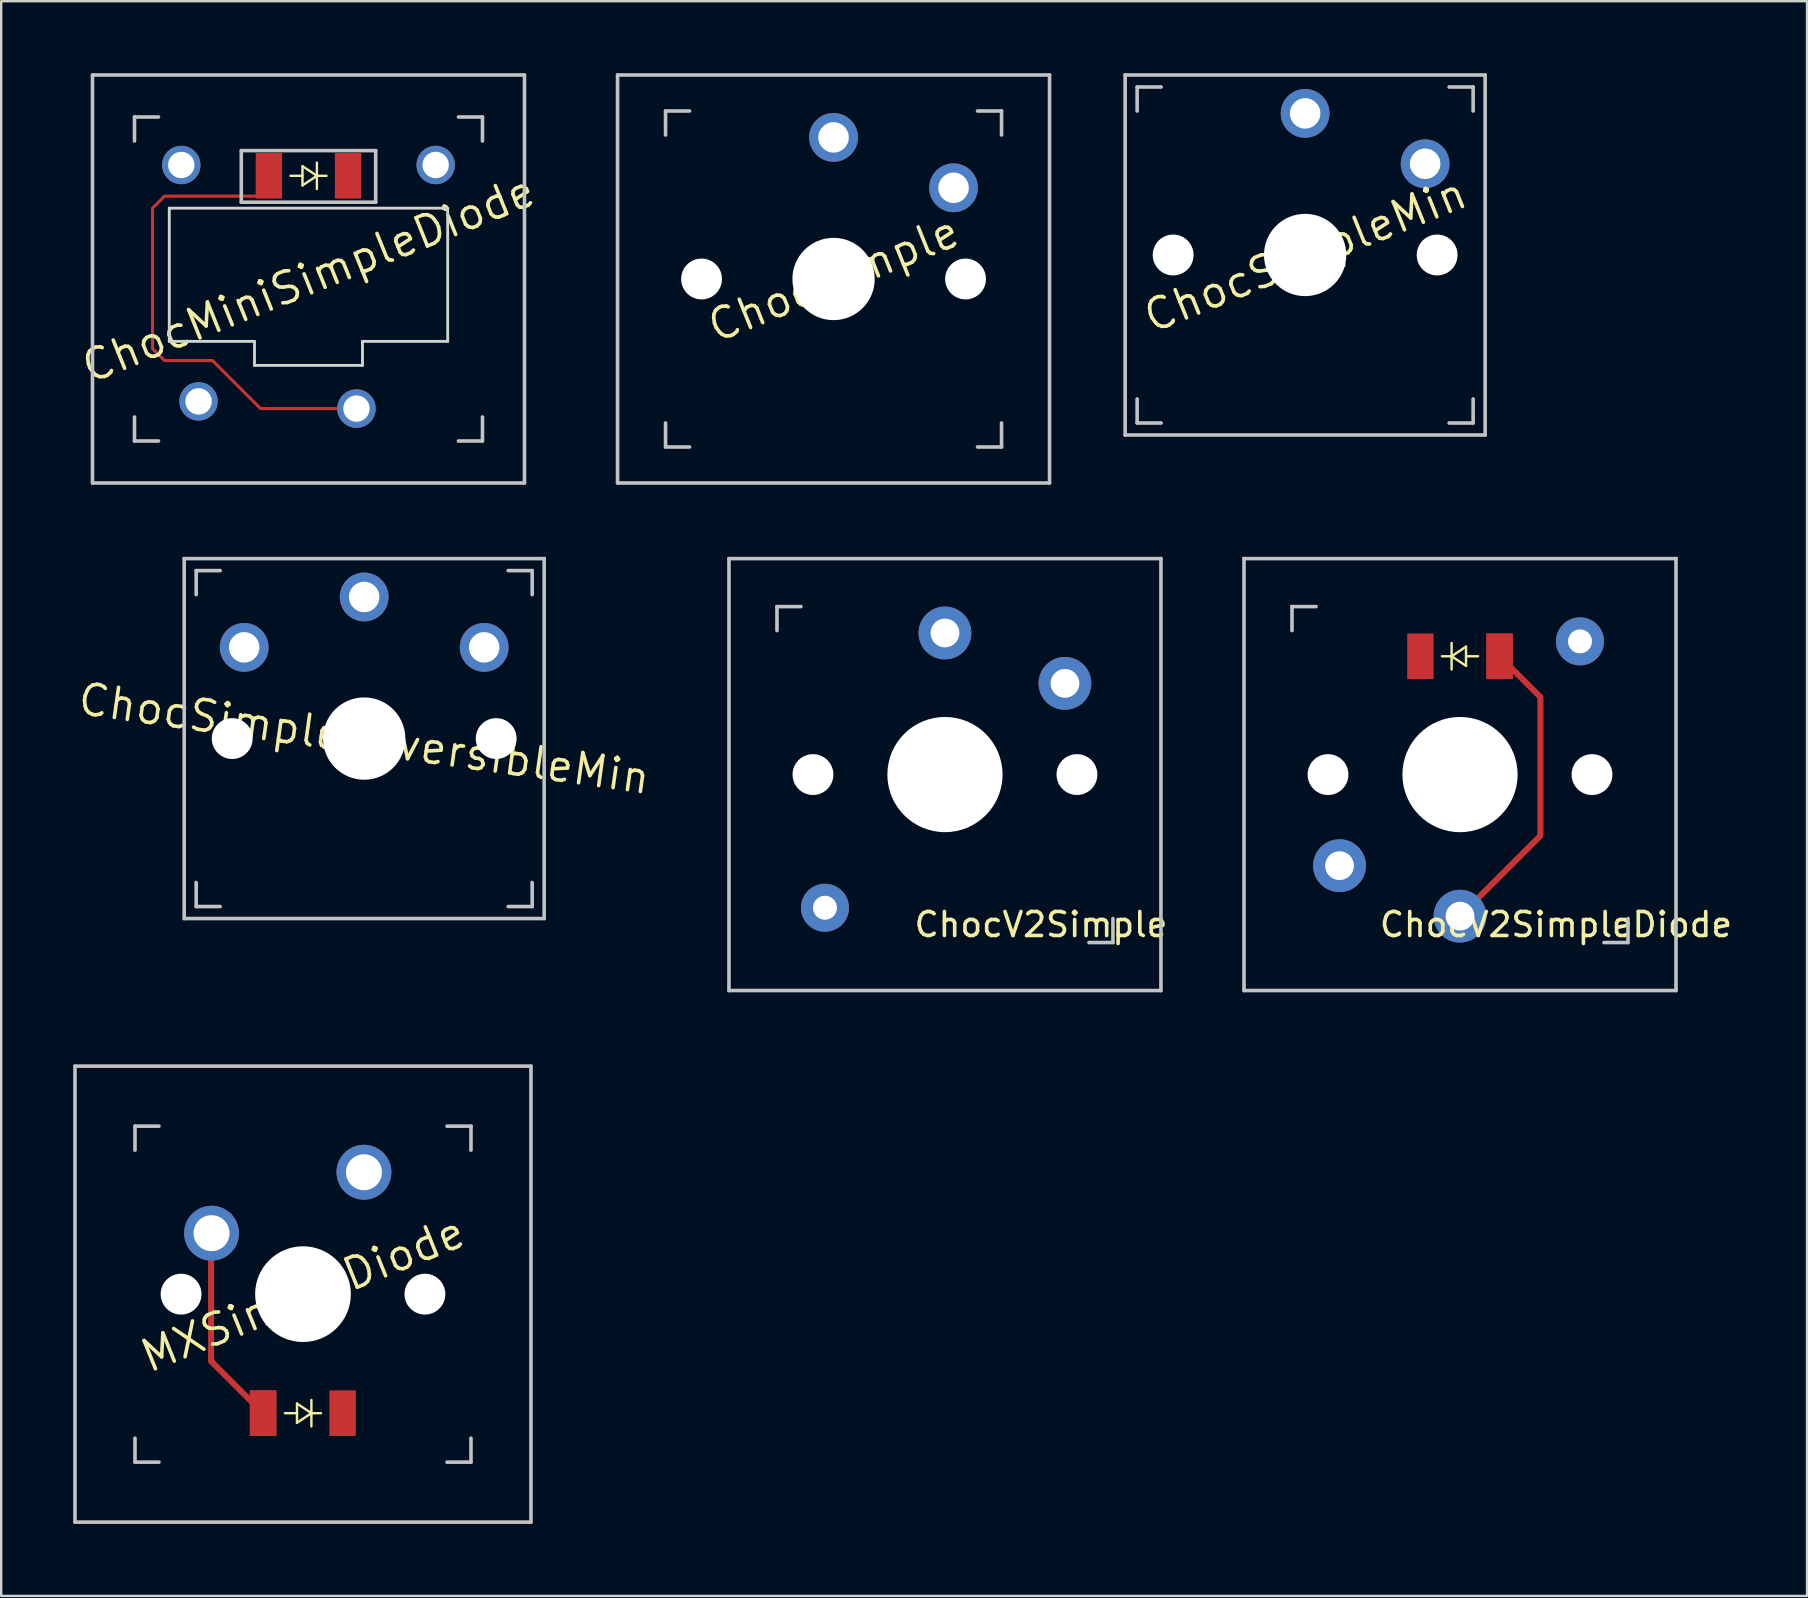
<source format=kicad_pcb>
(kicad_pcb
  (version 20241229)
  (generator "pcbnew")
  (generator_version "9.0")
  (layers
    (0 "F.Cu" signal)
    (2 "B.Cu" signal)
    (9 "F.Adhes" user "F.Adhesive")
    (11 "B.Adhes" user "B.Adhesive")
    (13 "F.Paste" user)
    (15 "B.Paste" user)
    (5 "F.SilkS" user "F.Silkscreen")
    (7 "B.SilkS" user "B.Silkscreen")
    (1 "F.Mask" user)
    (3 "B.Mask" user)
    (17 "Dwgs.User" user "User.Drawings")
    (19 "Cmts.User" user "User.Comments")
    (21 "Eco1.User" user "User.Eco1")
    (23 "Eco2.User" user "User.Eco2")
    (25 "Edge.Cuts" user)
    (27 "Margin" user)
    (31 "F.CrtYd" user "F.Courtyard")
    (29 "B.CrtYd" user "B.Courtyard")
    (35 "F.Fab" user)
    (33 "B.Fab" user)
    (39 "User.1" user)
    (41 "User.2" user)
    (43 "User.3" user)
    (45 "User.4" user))
  (footprint "ChocV2Simple"
    (layer "F.Cu")
    (at 36.325 29.225)
    (property "Reference" "ChocV2Simple" (at 4 6.25 180) (layer "F.SilkS") (effects (font (size 1 1) (thickness 0.15))))
    (attr through_hole)
    (fp_line (start -9 -9) (end 9 -9) (stroke (width 0.15) (type solid)) (layer "Dwgs.User"))
    (fp_line (start -9 9) (end -9 -9) (stroke (width 0.15) (type solid)) (layer "Dwgs.User"))
    (fp_line (start -7 -7) (end -7 -6) (stroke (width 0.15) (type solid)) (layer "Dwgs.User"))
    (fp_line (start -6 -7) (end -7 -7) (stroke (width 0.15) (type solid)) (layer "Dwgs.User"))
    (fp_line (start 7 6) (end 7 7) (stroke (width 0.15) (type solid)) (layer "Dwgs.User"))
    (fp_line (start 7 7) (end 6 7) (stroke (width 0.15) (type solid)) (layer "Dwgs.User"))
    (fp_line (start 9 -9) (end 9 9) (stroke (width 0.15) (type solid)) (layer "Dwgs.User"))
    (fp_line (start 9 9) (end -9 9) (stroke (width 0.15) (type solid)) (layer "Dwgs.User"))
    (pad "" np_thru_hole circle (at -5.5 0.000002 270) (size 1.702 1.702) (drill 1.702) (layers "*.Cu" "*.Mask"))
    (pad "" thru_hole circle (at -5 5.55 180) (size 2 2) (drill 1) (layers "*.Cu" "B.Mask"))
    (pad "" smd rect (at -0.000004 4.93 180) (size 5.5 2.95) (layers "Eco1.User"))
    (pad "" np_thru_hole circle (at 0 0 270) (size 4.8 4.8) (drill 4.8) (layers "*.Cu" "*.Mask"))
    (pad "" np_thru_hole circle (at 5.5 -0.000002 270) (size 1.702 1.702) (drill 1.702) (layers "*.Cu" "*.Mask"))
    (pad "1" thru_hole circle (at -0.000001 -5.9 180) (size 2.2 2.2) (drill 1.2) (layers "*.Cu" "B.Mask"))
    (pad "2" thru_hole circle (at 5 -3.8 180) (size 2.2 2.2) (drill 1.2) (layers "*.Cu" "B.Mask")))
  (footprint "ChocV2SimpleDiode"
    (layer "F.Cu")
    (at 57.786 29.225)
    (property "Reference" "ChocV2SimpleDiode" (at 4 6.25 180) (layer "F.SilkS") (effects (font (size 1 1) (thickness 0.15))))
    (attr through_hole)
    (fp_line (start -0.75 -4.93) (end -0.35 -4.93) (stroke (width 0.1) (type solid)) (layer "F.SilkS"))
    (fp_line (start -0.35 -4.93) (end -0.35 -5.48) (stroke (width 0.1) (type solid)) (layer "F.SilkS"))
    (fp_line (start -0.35 -4.93) (end -0.35 -4.38) (stroke (width 0.1) (type solid)) (layer "F.SilkS"))
    (fp_line (start -0.35 -4.93) (end 0.25 -5.33) (stroke (width 0.1) (type solid)) (layer "F.SilkS"))
    (fp_line (start 0.25 -5.33) (end 0.25 -4.53) (stroke (width 0.1) (type solid)) (layer "F.SilkS"))
    (fp_line (start 0.25 -4.93) (end 0.75 -4.93) (stroke (width 0.1) (type solid)) (layer "F.SilkS"))
    (fp_line (start 0.25 -4.53) (end -0.35 -4.93) (stroke (width 0.1) (type solid)) (layer "F.SilkS"))
    (fp_line (start -9 -9) (end 9 -9) (stroke (width 0.15) (type solid)) (layer "Dwgs.User"))
    (fp_line (start -9 9) (end -9 -9) (stroke (width 0.15) (type solid)) (layer "Dwgs.User"))
    (fp_line (start -7 -7) (end -6 -7) (stroke (width 0.15) (type solid)) (layer "Dwgs.User"))
    (fp_line (start -7 -6) (end -7 -7) (stroke (width 0.15) (type solid)) (layer "Dwgs.User"))
    (fp_line (start 6 7) (end 7 7) (stroke (width 0.15) (type solid)) (layer "Dwgs.User"))
    (fp_line (start 7 7) (end 7 6) (stroke (width 0.15) (type solid)) (layer "Dwgs.User"))
    (fp_line (start 9 -9) (end 9 9) (stroke (width 0.15) (type solid)) (layer "Dwgs.User"))
    (fp_line (start 9 9) (end -9 9) (stroke (width 0.15) (type solid)) (layer "Dwgs.User"))
    (pad "" np_thru_hole circle (at -5.5 0 90) (size 1.702 1.702) (drill 1.702) (layers "*.Cu" "*.Mask"))
    (pad "" np_thru_hole circle (at 0 0 90) (size 4.8 4.8) (drill 4.8) (layers "*.Cu" "*.Mask"))
    (pad "" thru_hole circle (at 0 5.9) (size 2.2 2.2) (drill 1.2) (layers "*.Cu" "B.Mask"))
    (pad "" smd rect (at 1.65 -4.93) (size 1.1 1.9) (layers "F.Cu" "F.Mask" "F.Paste"))
    (pad "" smd custom (at 1.65 -4.93) (size 1.1 1.9) (layers "F.Cu") (options (anchor rect)) (primitives (gr_line (start 0 0) (end 1.7 1.7) (width 0.25)) (gr_line (start 1.7 1.7) (end 1.7 7.48) (width 0.25)) (gr_line (start 1.7 7.48) (end -1.65 10.83) (width 0.25))))
    (pad "" thru_hole circle (at 5 -5.55) (size 2 2) (drill 1) (layers "*.Cu" "B.Mask"))
    (pad "" np_thru_hole circle (at 5.5 0 90) (size 1.702 1.702) (drill 1.702) (layers "*.Cu" "*.Mask"))
    (pad "1" thru_hole circle (at -5.02 3.796) (size 2.2 2.2) (drill 1.2) (layers "*.Cu" "B.Mask"))
    (pad "2" smd rect (at -1.65 -4.93) (size 1.1 1.9) (layers "F.Cu" "F.Mask" "F.Paste")))
  (footprint "ChocSimple"
    (layer "F.Cu")
    (at 31.683 8.575)
    (property "Reference" "ChocSimple" (at 0 0 22) (layer "F.SilkS") (effects (font (size 1.27 1.27) (thickness 0.15))))
    (attr through_hole)
    (fp_line (start -9 -8.5) (end 9 -8.5) (stroke (width 0.15) (type solid)) (layer "Dwgs.User"))
    (fp_line (start -9 8.5) (end -9 -8.5) (stroke (width 0.15) (type solid)) (layer "Dwgs.User"))
    (fp_line (start -7 -6) (end -7 -7) (stroke (width 0.15) (type solid)) (layer "Dwgs.User"))
    (fp_line (start -7 7) (end -7 6) (stroke (width 0.15) (type solid)) (layer "Dwgs.User"))
    (fp_line (start -7 7) (end -6 7) (stroke (width 0.15) (type solid)) (layer "Dwgs.User"))
    (fp_line (start -6 -7) (end -7 -7) (stroke (width 0.15) (type solid)) (layer "Dwgs.User"))
    (fp_line (start 6 7) (end 7 7) (stroke (width 0.15) (type solid)) (layer "Dwgs.User"))
    (fp_line (start 7 -7) (end 6 -7) (stroke (width 0.15) (type solid)) (layer "Dwgs.User"))
    (fp_line (start 7 -7) (end 7 -6) (stroke (width 0.15) (type solid)) (layer "Dwgs.User"))
    (fp_line (start 7 6) (end 7 7) (stroke (width 0.15) (type solid)) (layer "Dwgs.User"))
    (fp_line (start 9 -8.5) (end 9 8.5) (stroke (width 0.15) (type solid)) (layer "Dwgs.User"))
    (fp_line (start 9 8.5) (end -9 8.5) (stroke (width 0.15) (type solid)) (layer "Dwgs.User"))
    (pad "" np_thru_hole circle (at -5.5 0 22) (size 1.702 1.702) (drill 1.702) (layers "*.Cu" "*.Mask"))
    (pad "" np_thru_hole circle (at 0 0 22) (size 3.429 3.429) (drill 3.429) (layers "*.Cu" "*.Mask"))
    (pad "" np_thru_hole circle (at 5.5 0 22) (size 1.702 1.702) (drill 1.702) (layers "*.Cu" "*.Mask"))
    (pad "1" thru_hole circle (at 5 -3.8 22) (size 2.032 2.032) (drill 1.27) (layers "*.Cu" "*.Mask"))
    (pad "2" thru_hole circle (at 0 -5.9 22) (size 2.032 2.032) (drill 1.27) (layers "*.Cu" "*.Mask")))
  (footprint "ChocSimpleReversibleMin"
    (layer "F.Cu")
    (at 12.125 27.725)
    (property "Reference" "ChocSimpleReversibleMin" (at 0 0 172) (layer "F.SilkS") (effects (font (size 1.27 1.27) (thickness 0.15))))
    (attr through_hole)
    (fp_line (start -7.5 -7.5) (end 7.5 -7.5) (stroke (width 0.15) (type solid)) (layer "Dwgs.User"))
    (fp_line (start -7.5 7.5) (end -7.5 -7.5) (stroke (width 0.15) (type solid)) (layer "Dwgs.User"))
    (fp_line (start -7 -6) (end -7 -7) (stroke (width 0.15) (type solid)) (layer "Dwgs.User"))
    (fp_line (start -7 7) (end -7 6) (stroke (width 0.15) (type solid)) (layer "Dwgs.User"))
    (fp_line (start -7 7) (end -6 7) (stroke (width 0.15) (type solid)) (layer "Dwgs.User"))
    (fp_line (start -6 -7) (end -7 -7) (stroke (width 0.15) (type solid)) (layer "Dwgs.User"))
    (fp_line (start 6 7) (end 7 7) (stroke (width 0.15) (type solid)) (layer "Dwgs.User"))
    (fp_line (start 7 -7) (end 6 -7) (stroke (width 0.15) (type solid)) (layer "Dwgs.User"))
    (fp_line (start 7 -7) (end 7 -6) (stroke (width 0.15) (type solid)) (layer "Dwgs.User"))
    (fp_line (start 7 6) (end 7 7) (stroke (width 0.15) (type solid)) (layer "Dwgs.User"))
    (fp_line (start 7.5 -7.5) (end 7.5 7.5) (stroke (width 0.15) (type solid)) (layer "Dwgs.User"))
    (fp_line (start 7.5 7.5) (end -7.5 7.5) (stroke (width 0.15) (type solid)) (layer "Dwgs.User"))
    (pad "" np_thru_hole circle (at -5.5 0 172) (size 1.702 1.702) (drill 1.702) (layers "*.Cu" "*.Mask"))
    (pad "" np_thru_hole circle (at 0 0 172) (size 3.429 3.429) (drill 3.429) (layers "*.Cu" "*.Mask"))
    (pad "" np_thru_hole circle (at 5.5 0 172) (size 1.702 1.702) (drill 1.702) (layers "*.Cu" "*.Mask"))
    (pad "1" thru_hole circle (at -5 -3.8 172) (size 2.032 2.032) (drill 1.27) (layers "*.Cu" "*.Mask"))
    (pad "1" thru_hole circle (at 5 -3.8 172) (size 2.032 2.032) (drill 1.27) (layers "*.Cu" "*.Mask"))
    (pad "2" thru_hole circle (at 0 -5.9 172) (size 2.032 2.032) (drill 1.27) (layers "*.Cu" "*.Mask")))
  (footprint "ChocSimpleMin"
    (layer "F.Cu")
    (at 51.333 7.575)
    (property "Reference" "ChocSimpleMin" (at 0 0 22) (layer "F.SilkS") (effects (font (size 1.27 1.27) (thickness 0.15))))
    (attr through_hole)
    (fp_line (start -7.5 -7.5) (end 7.5 -7.5) (stroke (width 0.15) (type solid)) (layer "Dwgs.User"))
    (fp_line (start -7.5 7.5) (end -7.5 -7.5) (stroke (width 0.15) (type solid)) (layer "Dwgs.User"))
    (fp_line (start -7 -6) (end -7 -7) (stroke (width 0.15) (type solid)) (layer "Dwgs.User"))
    (fp_line (start -7 7) (end -7 6) (stroke (width 0.15) (type solid)) (layer "Dwgs.User"))
    (fp_line (start -7 7) (end -6 7) (stroke (width 0.15) (type solid)) (layer "Dwgs.User"))
    (fp_line (start -6 -7) (end -7 -7) (stroke (width 0.15) (type solid)) (layer "Dwgs.User"))
    (fp_line (start 6 7) (end 7 7) (stroke (width 0.15) (type solid)) (layer "Dwgs.User"))
    (fp_line (start 7 -7) (end 6 -7) (stroke (width 0.15) (type solid)) (layer "Dwgs.User"))
    (fp_line (start 7 -7) (end 7 -6) (stroke (width 0.15) (type solid)) (layer "Dwgs.User"))
    (fp_line (start 7 6) (end 7 7) (stroke (width 0.15) (type solid)) (layer "Dwgs.User"))
    (fp_line (start 7.5 -7.5) (end 7.5 7.5) (stroke (width 0.15) (type solid)) (layer "Dwgs.User"))
    (fp_line (start 7.5 7.5) (end -7.5 7.5) (stroke (width 0.15) (type solid)) (layer "Dwgs.User"))
    (pad "" np_thru_hole circle (at -5.5 0 22) (size 1.702 1.702) (drill 1.702) (layers "*.Cu" "*.Mask"))
    (pad "" np_thru_hole circle (at 0 0 22) (size 3.429 3.429) (drill 3.429) (layers "*.Cu" "*.Mask"))
    (pad "" np_thru_hole circle (at 5.5 0 22) (size 1.702 1.702) (drill 1.702) (layers "*.Cu" "*.Mask"))
    (pad "1" thru_hole circle (at 5 -3.8 22) (size 2.032 2.032) (drill 1.27) (layers "*.Cu" "*.Mask"))
    (pad "2" thru_hole circle (at 0 -5.9 22) (size 2.032 2.032) (drill 1.27) (layers "*.Cu" "*.Mask")))
  (footprint "MXSimpleDiode"
    (layer "F.Cu")
    (at 9.575 50.875)
    (property "Reference" "MXSimpleDiode" (at 0 0 22) (layer "F.SilkS") (effects (font (size 1.27 1.27) (thickness 0.15))))
    (attr through_hole)
    (fp_line (start -0.25 4.56) (end 0.35 4.96) (stroke (width 0.1) (type solid)) (layer "F.SilkS"))
    (fp_line (start -0.25 4.96) (end -0.75 4.96) (stroke (width 0.1) (type solid)) (layer "F.SilkS"))
    (fp_line (start -0.25 5.36) (end -0.25 4.56) (stroke (width 0.1) (type solid)) (layer "F.SilkS"))
    (fp_line (start 0.35 4.96) (end -0.25 5.36) (stroke (width 0.1) (type solid)) (layer "F.SilkS"))
    (fp_line (start 0.35 4.96) (end 0.35 4.41) (stroke (width 0.1) (type solid)) (layer "F.SilkS"))
    (fp_line (start 0.35 4.96) (end 0.35 5.51) (stroke (width 0.1) (type solid)) (layer "F.SilkS"))
    (fp_line (start 0.75 4.96) (end 0.35 4.96) (stroke (width 0.1) (type solid)) (layer "F.SilkS"))
    (fp_line (start -9.5 -9.5) (end 9.5 -9.5) (stroke (width 0.15) (type solid)) (layer "Dwgs.User"))
    (fp_line (start -9.5 9.5) (end -9.5 -9.5) (stroke (width 0.15) (type solid)) (layer "Dwgs.User"))
    (fp_line (start -7 -6) (end -7 -7) (stroke (width 0.15) (type solid)) (layer "Dwgs.User"))
    (fp_line (start -7 7) (end -7 6) (stroke (width 0.15) (type solid)) (layer "Dwgs.User"))
    (fp_line (start -7 7) (end -6 7) (stroke (width 0.15) (type solid)) (layer "Dwgs.User"))
    (fp_line (start -6 -7) (end -7 -7) (stroke (width 0.15) (type solid)) (layer "Dwgs.User"))
    (fp_line (start 6 7) (end 7 7) (stroke (width 0.15) (type solid)) (layer "Dwgs.User"))
    (fp_line (start 7 -7) (end 6 -7) (stroke (width 0.15) (type solid)) (layer "Dwgs.User"))
    (fp_line (start 7 -7) (end 7 -6) (stroke (width 0.15) (type solid)) (layer "Dwgs.User"))
    (fp_line (start 7 6) (end 7 7) (stroke (width 0.15) (type solid)) (layer "Dwgs.User"))
    (fp_line (start 9.5 -9.5) (end 9.5 9.5) (stroke (width 0.15) (type solid)) (layer "Dwgs.User"))
    (fp_line (start 9.5 9.5) (end -9.5 9.5) (stroke (width 0.15) (type solid)) (layer "Dwgs.User"))
    (pad "" np_thru_hole circle (at -5.08 0 22) (size 1.702 1.702) (drill 1.702) (layers "*.Cu" "*.Mask"))
    (pad "" thru_hole circle (at -3.81 -2.54 22) (size 2.286 2.286) (drill 1.499) (layers "*.Cu" "*.Mask"))
    (pad "" smd custom (at -1.67 4.954 180) (size 1.1 1.9) (layers "F.Cu") (options (anchor rect)) (primitives (gr_line (start 0 0) (end 2.16 2.16) (width 0.25)) (gr_line (start 2.16 2.16) (end 2.16 7.5) (width 0.25))))
    (pad "" smd rect (at -1.65 4.96 180) (size 1.1 1.9) (layers "F.Cu" "F.Mask" "F.Paste"))
    (pad "" np_thru_hole circle (at 0 0 22) (size 3.988 3.988) (drill 3.988) (layers "*.Cu" "*.Mask"))
    (pad "" np_thru_hole circle (at 5.08 0 22) (size 1.702 1.702) (drill 1.702) (layers "*.Cu" "*.Mask"))
    (pad "1" thru_hole circle (at 2.54 -5.08 22) (size 2.286 2.286) (drill 1.499) (layers "*.Cu" "*.Mask"))
    (pad "2" smd rect (at 1.65 4.96 180) (size 1.1 1.9) (layers "F.Cu" "F.Mask" "F.Paste")))
  (footprint "ChocMiniSimpleDiode"
    (layer "F.Cu")
    (at 9.804 8.575)
    (property "Reference" "ChocMiniSimpleDiode" (at 0 0 22) (layer "F.SilkS") (effects (font (size 1.27 1.27) (thickness 0.15))))
    (attr through_hole)
    (fp_line (start -0.25 -4.7) (end 0.35 -4.3) (stroke (width 0.1) (type solid)) (layer "F.SilkS"))
    (fp_line (start -0.25 -4.3) (end -0.75 -4.3) (stroke (width 0.1) (type solid)) (layer "F.SilkS"))
    (fp_line (start -0.25 -3.9) (end -0.25 -4.7) (stroke (width 0.1) (type solid)) (layer "F.SilkS"))
    (fp_line (start 0.35 -4.3) (end -0.25 -3.9) (stroke (width 0.1) (type solid)) (layer "F.SilkS"))
    (fp_line (start 0.35 -4.3) (end 0.35 -4.85) (stroke (width 0.1) (type solid)) (layer "F.SilkS"))
    (fp_line (start 0.35 -4.3) (end 0.35 -3.75) (stroke (width 0.1) (type solid)) (layer "F.SilkS"))
    (fp_line (start 0.75 -4.3) (end 0.35 -4.3) (stroke (width 0.1) (type solid)) (layer "F.SilkS"))
    (fp_line (start -9 -8.5) (end 9 -8.5) (stroke (width 0.15) (type solid)) (layer "Dwgs.User"))
    (fp_line (start -9 8.5) (end -9 -8.5) (stroke (width 0.15) (type solid)) (layer "Dwgs.User"))
    (fp_line (start -7.25 -6.75) (end -7.25 -5.75) (stroke (width 0.15) (type solid)) (layer "Dwgs.User"))
    (fp_line (start -7.25 -6.75) (end -6.25 -6.75) (stroke (width 0.15) (type solid)) (layer "Dwgs.User"))
    (fp_line (start -7.25 6.75) (end -7.25 5.75) (stroke (width 0.15) (type solid)) (layer "Dwgs.User"))
    (fp_line (start -7.25 6.75) (end -6.25 6.75) (stroke (width 0.15) (type solid)) (layer "Dwgs.User"))
    (fp_line (start -2.8 -3.2) (end -2.8 -5.35) (stroke (width 0.15) (type solid)) (layer "Dwgs.User"))
    (fp_line (start -2.8 -3.2) (end 2.8 -3.2) (stroke (width 0.15) (type solid)) (layer "Dwgs.User"))
    (fp_line (start 2.8 -5.35) (end -2.8 -5.35) (stroke (width 0.15) (type solid)) (layer "Dwgs.User"))
    (fp_line (start 2.8 -3.2) (end 2.8 -5.35) (stroke (width 0.15) (type solid)) (layer "Dwgs.User"))
    (fp_line (start 7.25 -6.75) (end 6.25 -6.75) (stroke (width 0.15) (type solid)) (layer "Dwgs.User"))
    (fp_line (start 7.25 -6.75) (end 7.25 -5.75) (stroke (width 0.15) (type solid)) (layer "Dwgs.User"))
    (fp_line (start 7.25 6.75) (end 6.25 6.75) (stroke (width 0.15) (type solid)) (layer "Dwgs.User"))
    (fp_line (start 7.25 6.75) (end 7.25 5.75) (stroke (width 0.15) (type solid)) (layer "Dwgs.User"))
    (fp_line (start 9 -8.5) (end 9 8.5) (stroke (width 0.15) (type solid)) (layer "Dwgs.User"))
    (fp_line (start 9 8.5) (end -9 8.5) (stroke (width 0.15) (type solid)) (layer "Dwgs.User"))
    (fp_line (start -5.8 -2.95) (end 5.8 -2.95) (stroke (width 0.12) (type solid)) (layer "Edge.Cuts"))
    (fp_line (start -5.8 2.6) (end -5.8 -2.95) (stroke (width 0.12) (type solid)) (layer "Edge.Cuts"))
    (fp_line (start -2.25 2.6) (end -5.8 2.6) (stroke (width 0.12) (type solid)) (layer "Edge.Cuts"))
    (fp_line (start -2.25 2.6) (end -2.25 3.6) (stroke (width 0.12) (type solid)) (layer "Edge.Cuts"))
    (fp_line (start -2.25 3.6) (end 2.25 3.6) (stroke (width 0.12) (type solid)) (layer "Edge.Cuts"))
    (fp_line (start 2.25 2.6) (end 5.8 2.6) (stroke (width 0.12) (type solid)) (layer "Edge.Cuts"))
    (fp_line (start 2.25 3.6) (end 2.25 2.6) (stroke (width 0.12) (type solid)) (layer "Edge.Cuts"))
    (fp_line (start 5.8 -2.95) (end 5.8 2.6) (stroke (width 0.12) (type solid)) (layer "Edge.Cuts"))
    (pad "" smd rect (at -1.65 -4.3 180) (size 1.1 1.9) (layers "F.Cu" "F.Mask" "F.Paste"))
    (pad "" thru_hole circle (at 2 5.4 22) (size 1.6 1.6) (drill 1.1) (layers "*.Cu" "*.Mask"))
    (pad "" smd custom (at 2 5.4) (size 1.6 1.6) (layers "F.Cu") (options (anchor circle)) (primitives (gr_line (start 0 0) (end -4 0) (width 0.13)) (gr_line (start -4 0) (end -6 -2) (width 0.13)) (gr_line (start -6 -2) (end -8 -2) (width 0.13)) (gr_line (start -8.5 -2.5) (end -8.5 -8.35) (width 0.13)) (gr_line (start -8 -8.85) (end -3.65 -8.85) (width 0.13)) (gr_line (start -8.5 -8.35) (end -8 -8.85) (width 0.13)) (gr_line (start -8.5 -2.5) (end -8 -2) (width 0.13))))
    (pad "1" thru_hole circle (at -4.58 5.1 22) (size 1.6 1.6) (drill 1.1) (layers "*.Cu" "*.Mask"))
    (pad "2" smd rect (at 1.65 -4.3 180) (size 1.1 1.9) (layers "F.Cu" "F.Mask" "F.Paste"))
    (pad "3" thru_hole circle (at 5.3 -4.75 22) (size 1.6 1.6) (drill 1.1) (layers "*.Cu" "*.Mask"))
    (pad "4" thru_hole circle (at -5.3 -4.75 22) (size 1.6 1.6) (drill 1.1) (layers "*.Cu" "*.Mask")))
  (gr_rect
    (start -3 -3)
    (end 72.245 63.45)
    (stroke (width 0.1) (type default))
    (fill no)
    (layer "Edge.Cuts")))
</source>
